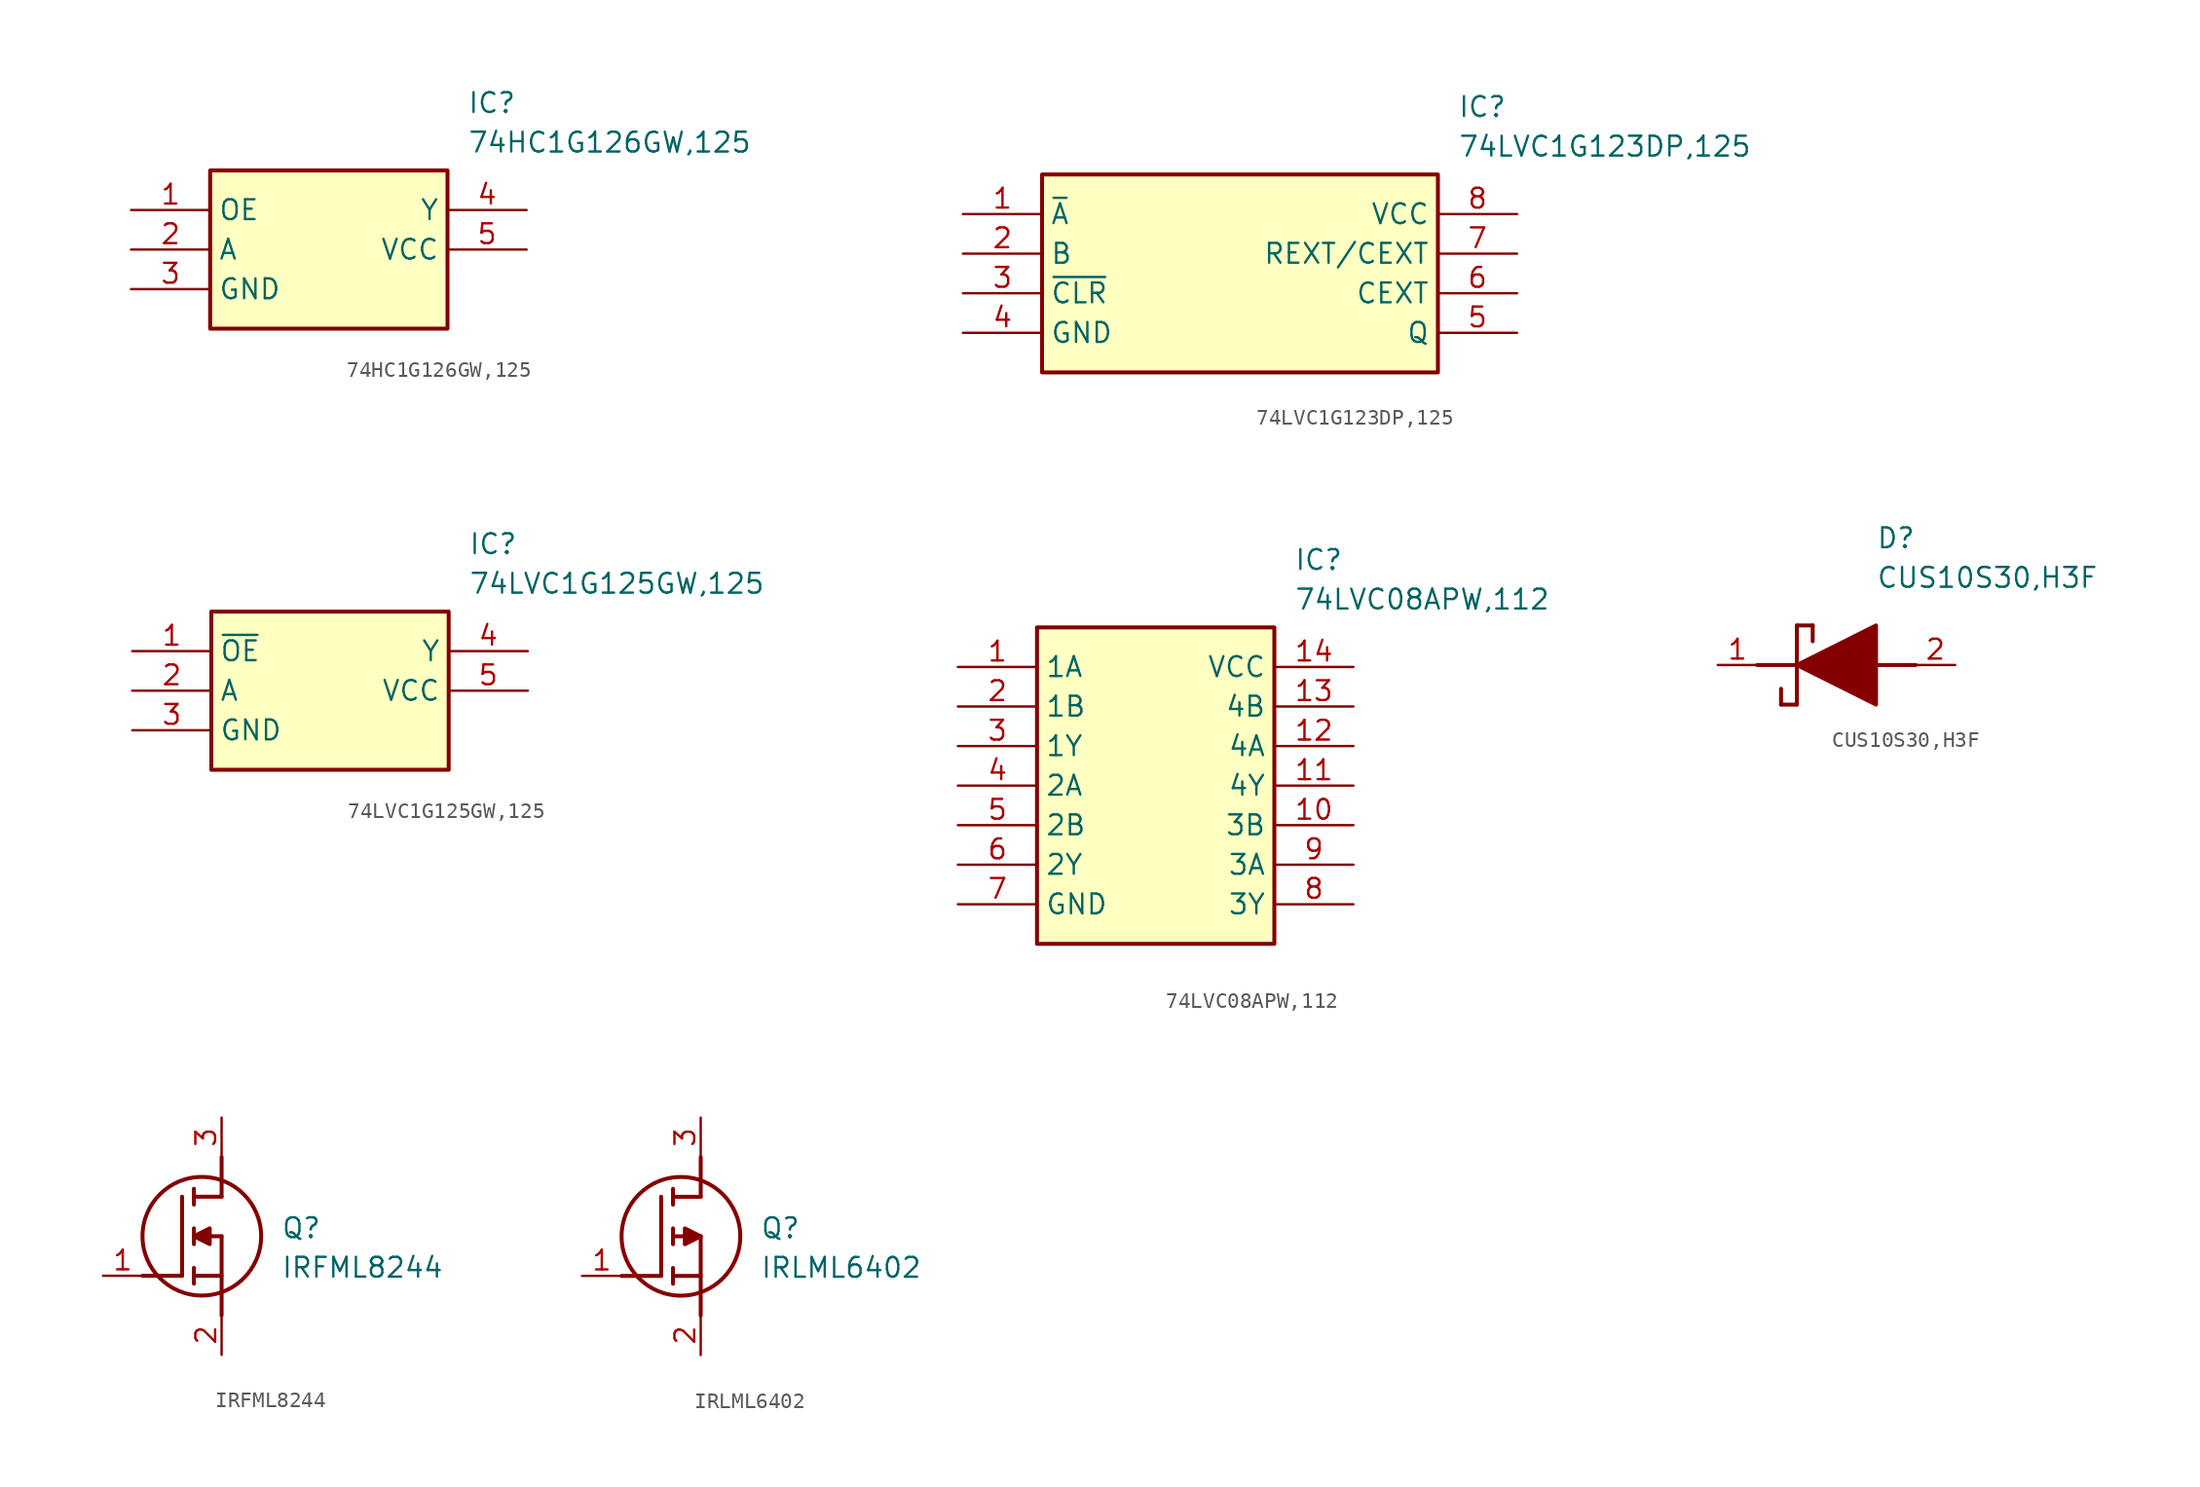
<source format=kicad_sym>
(kicad_symbol_lib
  (version 20220914)
  (generator SamacSys_ECAD_Model)
  (symbol "74HC1G126GW,125"
    (property "Reference" "IC"
      (at 21.59 7.62 0)
      (effects (font (size 1.27 1.27)) (justify left top)))
    (property "Value" "74HC1G126GW,125"
      (at 21.59 5.08 0)
      (effects (font (size 1.27 1.27)) (justify left top)))
    (rectangle
      (start 5.08 2.54)
      (end 20.32 -7.62)
      (stroke (width 0.254) (type default))
      (fill (type background)))
    (pin passive line
      (at 0 0 0)
      (length 5.08)
      (name "OE" (effects (font (size 1.27 1.27))))
      (number "1" (effects (font (size 1.27 1.27)))))
    (pin passive line
      (at 0 -2.54 0)
      (length 5.08)
      (name "A" (effects (font (size 1.27 1.27))))
      (number "2" (effects (font (size 1.27 1.27)))))
    (pin passive line
      (at 0 -5.08 0)
      (length 5.08)
      (name "GND" (effects (font (size 1.27 1.27))))
      (number "3" (effects (font (size 1.27 1.27)))))
    (pin passive line
      (at 25.4 0 180)
      (length 5.08)
      (name "Y" (effects (font (size 1.27 1.27))))
      (number "4" (effects (font (size 1.27 1.27)))))
    (pin passive line
      (at 25.4 -2.54 180)
      (length 5.08)
      (name "VCC" (effects (font (size 1.27 1.27))))
      (number "5" (effects (font (size 1.27 1.27))))))
  (symbol "74LVC1G123DP,125"
    (property "Reference" "IC"
      (at 31.75 7.62 0)
      (effects (font (size 1.27 1.27)) (justify left top)))
    (property "Value" "74LVC1G123DP,125"
      (at 31.75 5.08 0)
      (effects (font (size 1.27 1.27)) (justify left top)))
    (rectangle
      (start 5.08 2.54)
      (end 30.48 -10.16)
      (stroke (width 0.254) (type default))
      (fill (type background)))
    (pin passive line
      (at 0 0 0)
      (length 5.08)
      (name "~{A}" (effects (font (size 1.27 1.27))))
      (number "1" (effects (font (size 1.27 1.27)))))
    (pin passive line
      (at 0 -2.54 0)
      (length 5.08)
      (name "B" (effects (font (size 1.27 1.27))))
      (number "2" (effects (font (size 1.27 1.27)))))
    (pin passive line
      (at 0 -5.08 0)
      (length 5.08)
      (name "~{CLR}" (effects (font (size 1.27 1.27))))
      (number "3" (effects (font (size 1.27 1.27)))))
    (pin passive line
      (at 0 -7.62 0)
      (length 5.08)
      (name "GND" (effects (font (size 1.27 1.27))))
      (number "4" (effects (font (size 1.27 1.27)))))
    (pin passive line
      (at 35.56 0 180)
      (length 5.08)
      (name "VCC" (effects (font (size 1.27 1.27))))
      (number "8" (effects (font (size 1.27 1.27)))))
    (pin passive line
      (at 35.56 -2.54 180)
      (length 5.08)
      (name "REXT/CEXT" (effects (font (size 1.27 1.27))))
      (number "7" (effects (font (size 1.27 1.27)))))
    (pin passive line
      (at 35.56 -5.08 180)
      (length 5.08)
      (name "CEXT" (effects (font (size 1.27 1.27))))
      (number "6" (effects (font (size 1.27 1.27)))))
    (pin passive line
      (at 35.56 -7.62 180)
      (length 5.08)
      (name "Q" (effects (font (size 1.27 1.27))))
      (number "5" (effects (font (size 1.27 1.27))))))
  (symbol "74LVC1G125GW,125"
    (property "Reference" "IC"
      (at 21.59 7.62 0)
      (effects (font (size 1.27 1.27)) (justify left top)))
    (property "Value" "74LVC1G125GW,125"
      (at 21.59 5.08 0)
      (effects (font (size 1.27 1.27)) (justify left top)))
    (rectangle
      (start 5.08 2.54)
      (end 20.32 -7.62)
      (stroke (width 0.254) (type default))
      (fill (type background)))
    (pin passive line
      (at 0 0 0)
      (length 5.08)
      (name "~{OE}" (effects (font (size 1.27 1.27))))
      (number "1" (effects (font (size 1.27 1.27)))))
    (pin passive line
      (at 0 -2.54 0)
      (length 5.08)
      (name "A" (effects (font (size 1.27 1.27))))
      (number "2" (effects (font (size 1.27 1.27)))))
    (pin passive line
      (at 0 -5.08 0)
      (length 5.08)
      (name "GND" (effects (font (size 1.27 1.27))))
      (number "3" (effects (font (size 1.27 1.27)))))
    (pin passive line
      (at 25.4 0 180)
      (length 5.08)
      (name "Y" (effects (font (size 1.27 1.27))))
      (number "4" (effects (font (size 1.27 1.27)))))
    (pin passive line
      (at 25.4 -2.54 180)
      (length 5.08)
      (name "VCC" (effects (font (size 1.27 1.27))))
      (number "5" (effects (font (size 1.27 1.27))))))
  (symbol "74LVC08APW,112"
    (property "Reference" "IC"
      (at 21.59 7.62 0)
      (effects (font (size 1.27 1.27)) (justify left top)))
    (property "Value" "74LVC08APW,112"
      (at 21.59 5.08 0)
      (effects (font (size 1.27 1.27)) (justify left top)))
    (rectangle
      (start 5.08 2.54)
      (end 20.32 -17.78)
      (stroke (width 0.254) (type default))
      (fill (type background)))
    (pin passive line
      (at 0 0 0)
      (length 5.08)
      (name "1A" (effects (font (size 1.27 1.27))))
      (number "1" (effects (font (size 1.27 1.27)))))
    (pin passive line
      (at 0 -2.54 0)
      (length 5.08)
      (name "1B" (effects (font (size 1.27 1.27))))
      (number "2" (effects (font (size 1.27 1.27)))))
    (pin passive line
      (at 0 -5.08 0)
      (length 5.08)
      (name "1Y" (effects (font (size 1.27 1.27))))
      (number "3" (effects (font (size 1.27 1.27)))))
    (pin passive line
      (at 0 -7.62 0)
      (length 5.08)
      (name "2A" (effects (font (size 1.27 1.27))))
      (number "4" (effects (font (size 1.27 1.27)))))
    (pin passive line
      (at 0 -10.16 0)
      (length 5.08)
      (name "2B" (effects (font (size 1.27 1.27))))
      (number "5" (effects (font (size 1.27 1.27)))))
    (pin passive line
      (at 0 -12.7 0)
      (length 5.08)
      (name "2Y" (effects (font (size 1.27 1.27))))
      (number "6" (effects (font (size 1.27 1.27)))))
    (pin passive line
      (at 0 -15.24 0)
      (length 5.08)
      (name "GND" (effects (font (size 1.27 1.27))))
      (number "7" (effects (font (size 1.27 1.27)))))
    (pin passive line
      (at 25.4 0 180)
      (length 5.08)
      (name "VCC" (effects (font (size 1.27 1.27))))
      (number "14" (effects (font (size 1.27 1.27)))))
    (pin passive line
      (at 25.4 -2.54 180)
      (length 5.08)
      (name "4B" (effects (font (size 1.27 1.27))))
      (number "13" (effects (font (size 1.27 1.27)))))
    (pin passive line
      (at 25.4 -5.08 180)
      (length 5.08)
      (name "4A" (effects (font (size 1.27 1.27))))
      (number "12" (effects (font (size 1.27 1.27)))))
    (pin passive line
      (at 25.4 -7.62 180)
      (length 5.08)
      (name "4Y" (effects (font (size 1.27 1.27))))
      (number "11" (effects (font (size 1.27 1.27)))))
    (pin passive line
      (at 25.4 -10.16 180)
      (length 5.08)
      (name "3B" (effects (font (size 1.27 1.27))))
      (number "10" (effects (font (size 1.27 1.27)))))
    (pin passive line
      (at 25.4 -12.7 180)
      (length 5.08)
      (name "3A" (effects (font (size 1.27 1.27))))
      (number "9" (effects (font (size 1.27 1.27)))))
    (pin passive line
      (at 25.4 -15.24 180)
      (length 5.08)
      (name "3Y" (effects (font (size 1.27 1.27))))
      (number "8" (effects (font (size 1.27 1.27))))))
  (symbol "CUS10S30,H3F"
    (pin_names hide)
    (property "Reference" "D"
      (at 12.7 8.89 0)
      (effects (font (size 1.27 1.27)) (justify left top)))
    (property "Value" "CUS10S30,H3F"
      (at 12.7 6.35 0)
      (effects (font (size 1.27 1.27)) (justify left top)))
    (polyline
      (pts (xy 7.62 2.54) (xy 7.62 -2.54))
      (stroke (width 0.254) (type default))
      (fill (type none)))
    (polyline
      (pts (xy 7.62 2.54) (xy 8.636 2.54))
      (stroke (width 0.254) (type default))
      (fill (type none)))
    (polyline
      (pts (xy 8.636 1.524) (xy 8.636 2.54))
      (stroke (width 0.254) (type default))
      (fill (type none)))
    (polyline
      (pts (xy 7.62 -2.54) (xy 6.604 -2.54))
      (stroke (width 0.254) (type default))
      (fill (type none)))
    (polyline
      (pts (xy 6.604 -1.524) (xy 6.604 -2.54))
      (stroke (width 0.254) (type default))
      (fill (type none)))
    (polyline
      (pts (xy 5.08 0) (xy 7.62 0))
      (stroke (width 0.254) (type default))
      (fill (type none)))
    (polyline
      (pts (xy 12.7 0) (xy 15.24 0))
      (stroke (width 0.254) (type default))
      (fill (type none)))
    (polyline
      (pts (xy 7.62 0) (xy 12.7 2.54) (xy 12.7 -2.54) (xy 7.62 0))
      (stroke (width 0.254) (type default))
      (fill (type outline)))
    (pin passive line
      (at 2.54 0 0)
      (length 2.54)
      (name "K" (effects (font (size 1.27 1.27))))
      (number "1" (effects (font (size 1.27 1.27)))))
    (pin passive line
      (at 17.78 0 180)
      (length 2.54)
      (name "A" (effects (font (size 1.27 1.27))))
      (number "2" (effects (font (size 1.27 1.27))))))
  (symbol "IRFML8244"
    (pin_names hide)
    (property "Reference" "Q"
      (at 11.43 3.81 0)
      (effects (font (size 1.27 1.27)) (justify left top)))
    (property "Value" "IRFML8244"
      (at 11.43 1.27 0)
      (effects (font (size 1.27 1.27)) (justify left top)))
    (polyline
      (pts (xy 7.62 2.54) (xy 7.62 -2.54))
      (stroke (width 0.254) (type default))
      (fill (type none)))
    (polyline
      (pts (xy 7.62 5.08) (xy 7.62 7.62))
      (stroke (width 0.254) (type default))
      (fill (type none)))
    (polyline
      (pts (xy 2.54 0) (xy 5.08 0))
      (stroke (width 0.254) (type default))
      (fill (type none)))
    (polyline
      (pts (xy 5.08 5.08) (xy 5.08 0))
      (stroke (width 0.254) (type default))
      (fill (type none)))
    (polyline
      (pts (xy 7.62 2.54) (xy 5.842 2.54))
      (stroke (width 0.254) (type default))
      (fill (type none)))
    (polyline
      (pts (xy 7.62 5.08) (xy 5.842 5.08))
      (stroke (width 0.254) (type default))
      (fill (type none)))
    (polyline
      (pts (xy 5.842 0) (xy 7.62 0))
      (stroke (width 0.254) (type default))
      (fill (type none)))
    (polyline
      (pts (xy 5.842 5.588) (xy 5.842 4.572))
      (stroke (width 0.254) (type default))
      (fill (type none)))
    (polyline
      (pts (xy 5.842 -0.508) (xy 5.842 0.508))
      (stroke (width 0.254) (type default))
      (fill (type none)))
    (polyline
      (pts (xy 5.842 2.032) (xy 5.842 3.048))
      (stroke (width 0.254) (type default))
      (fill (type none)))
    (circle
      (center 6.35 2.54)
      (radius 3.81)
      (stroke (width 0.254) (type default))
      (fill (type none)))
    (polyline
      (pts (xy 5.842 2.54) (xy 6.858 3.048) (xy 6.858 2.032) (xy 5.842 2.54))
      (stroke (width 0.254) (type default))
      (fill (type outline)))
    (pin passive line
      (at 0 0 0)
      (length 2.54)
      (name "G" (effects (font (size 1.27 1.27))))
      (number "1" (effects (font (size 1.27 1.27)))))
    (pin passive line
      (at 7.62 10.16 270)
      (length 2.54)
      (name "D" (effects (font (size 1.27 1.27))))
      (number "3" (effects (font (size 1.27 1.27)))))
    (pin passive line
      (at 7.62 -5.08 90)
      (length 2.54)
      (name "S" (effects (font (size 1.27 1.27))))
      (number "2" (effects (font (size 1.27 1.27))))))
  (symbol "IRLML6402"
    (pin_names hide)
    (property "Reference" "Q"
      (at 11.43 3.81 0)
      (effects (font (size 1.27 1.27)) (justify left top)))
    (property "Value" "IRLML6402"
      (at 11.43 1.27 0)
      (effects (font (size 1.27 1.27)) (justify left top)))
    (polyline
      (pts (xy 7.62 2.54) (xy 7.62 -2.54))
      (stroke (width 0.254) (type default))
      (fill (type none)))
    (polyline
      (pts (xy 7.62 5.08) (xy 7.62 7.62))
      (stroke (width 0.254) (type default))
      (fill (type none)))
    (polyline
      (pts (xy 2.54 0) (xy 5.08 0))
      (stroke (width 0.254) (type default))
      (fill (type none)))
    (polyline
      (pts (xy 5.08 5.08) (xy 5.08 0))
      (stroke (width 0.254) (type default))
      (fill (type none)))
    (polyline
      (pts (xy 7.62 2.54) (xy 5.842 2.54))
      (stroke (width 0.254) (type default))
      (fill (type none)))
    (polyline
      (pts (xy 7.62 5.08) (xy 5.842 5.08))
      (stroke (width 0.254) (type default))
      (fill (type none)))
    (polyline
      (pts (xy 5.842 0) (xy 7.62 0))
      (stroke (width 0.254) (type default))
      (fill (type none)))
    (polyline
      (pts (xy 5.842 5.588) (xy 5.842 4.572))
      (stroke (width 0.254) (type default))
      (fill (type none)))
    (polyline
      (pts (xy 5.842 -0.508) (xy 5.842 0.508))
      (stroke (width 0.254) (type default))
      (fill (type none)))
    (polyline
      (pts (xy 5.842 2.032) (xy 5.842 3.048))
      (stroke (width 0.254) (type default))
      (fill (type none)))
    (circle
      (center 6.35 2.54)
      (radius 3.81)
      (stroke (width 0.254) (type default))
      (fill (type none)))
    (polyline
      (pts (xy 7.62 2.54) (xy 6.604 3.048) (xy 6.604 2.032) (xy 7.62 2.54))
      (stroke (width 0.254) (type default))
      (fill (type outline)))
    (pin passive line
      (at 0 0 0)
      (length 2.54)
      (name "G" (effects (font (size 1.27 1.27))))
      (number "1" (effects (font (size 1.27 1.27)))))
    (pin passive line
      (at 7.62 10.16 270)
      (length 2.54)
      (name "D" (effects (font (size 1.27 1.27))))
      (number "3" (effects (font (size 1.27 1.27)))))
    (pin passive line
      (at 7.62 -5.08 90)
      (length 2.54)
      (name "S" (effects (font (size 1.27 1.27))))
      (number "2" (effects (font (size 1.27 1.27)))))))
</source>
